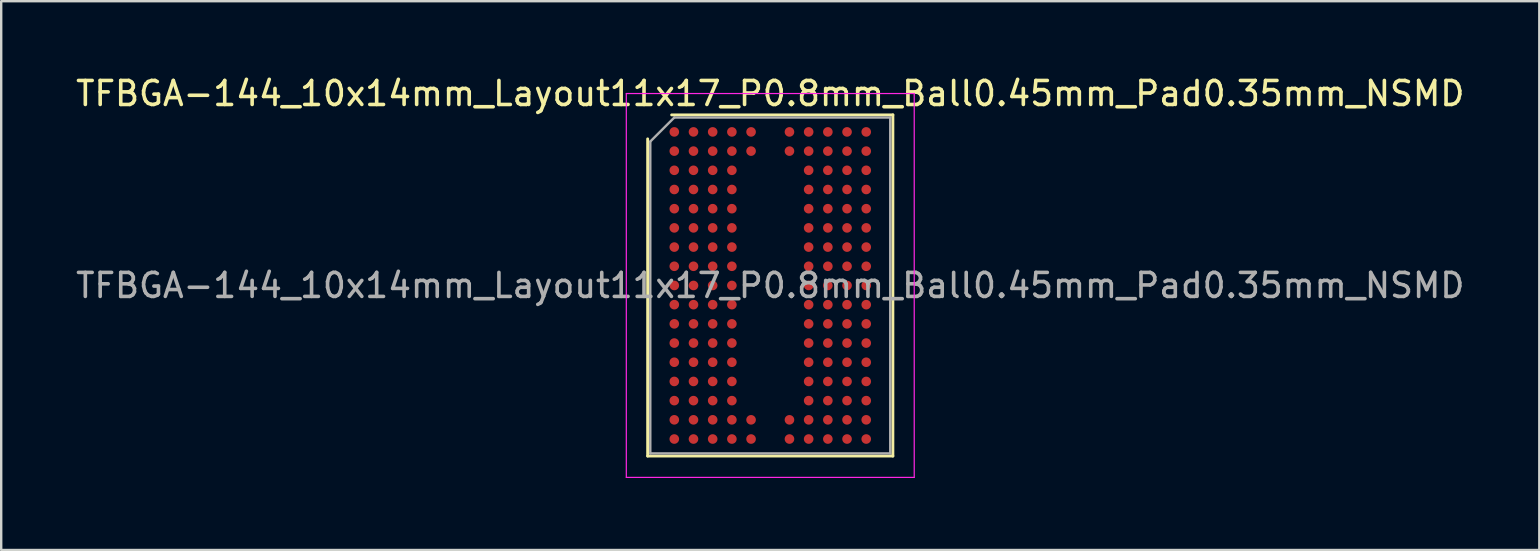
<source format=kicad_pcb>
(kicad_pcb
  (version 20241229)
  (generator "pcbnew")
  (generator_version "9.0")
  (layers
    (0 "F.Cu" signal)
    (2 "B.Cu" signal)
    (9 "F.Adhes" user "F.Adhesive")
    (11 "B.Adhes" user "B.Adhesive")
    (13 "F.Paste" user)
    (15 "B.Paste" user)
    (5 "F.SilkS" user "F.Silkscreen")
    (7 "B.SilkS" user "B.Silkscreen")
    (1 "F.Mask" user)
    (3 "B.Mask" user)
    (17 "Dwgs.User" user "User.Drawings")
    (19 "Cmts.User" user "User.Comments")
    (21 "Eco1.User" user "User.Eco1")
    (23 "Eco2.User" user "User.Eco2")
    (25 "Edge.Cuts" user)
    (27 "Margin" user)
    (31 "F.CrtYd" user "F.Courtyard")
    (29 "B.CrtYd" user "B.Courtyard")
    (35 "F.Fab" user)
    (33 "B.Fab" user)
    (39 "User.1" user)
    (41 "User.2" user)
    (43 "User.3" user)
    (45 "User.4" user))
  (footprint "TFBGA-144_10x14mm_Layout11x17_P0.8mm_Ball0.45mm_Pad0.35mm_NSMD"
    (layer "F.Cu")
    (at 29.054 8.848)
    (property "Reference" "TFBGA-144_10x14mm_Layout11x17_P0.8mm_Ball0.45mm_Pad0.35mm_NSMD" (at 0 -8 0) (layer "F.SilkS") (effects (font (size 1 1) (thickness 0.15))))
    (attr smd)
    (fp_line (start -5.11 7.11) (end -5.11 -6.11) (stroke (width 0.12) (type solid)) (layer "F.SilkS"))
    (fp_line (start -4.11 -7.11) (end 5.11 -7.11) (stroke (width 0.12) (type solid)) (layer "F.SilkS"))
    (fp_line (start 5.11 -7.11) (end 5.11 7.11) (stroke (width 0.12) (type solid)) (layer "F.SilkS"))
    (fp_line (start 5.11 7.11) (end -5.11 7.11) (stroke (width 0.12) (type solid)) (layer "F.SilkS"))
    (fp_line (start -6 -8) (end -6 8) (stroke (width 0.05) (type solid)) (layer "F.CrtYd"))
    (fp_line (start -6 8) (end 6 8) (stroke (width 0.05) (type solid)) (layer "F.CrtYd"))
    (fp_line (start 6 -8) (end -6 -8) (stroke (width 0.05) (type solid)) (layer "F.CrtYd"))
    (fp_line (start 6 8) (end 6 -8) (stroke (width 0.05) (type solid)) (layer "F.CrtYd"))
    (fp_line (start -5 -6) (end -4 -7) (stroke (width 0.1) (type solid)) (layer "F.Fab"))
    (fp_line (start -5 7) (end -5 -6) (stroke (width 0.1) (type solid)) (layer "F.Fab"))
    (fp_line (start -4 -7) (end 5 -7) (stroke (width 0.1) (type solid)) (layer "F.Fab"))
    (fp_line (start 5 -7) (end 5 7) (stroke (width 0.1) (type solid)) (layer "F.Fab"))
    (fp_line (start 5 7) (end -5 7) (stroke (width 0.1) (type solid)) (layer "F.Fab"))
    (fp_text user "${REFERENCE}" (at 0 0 0) (layer "F.Fab") (effects (font (size 1 1) (thickness 0.15))))
    (pad "A1" smd circle (at -4 -6.4) (size 0.4 0.4) (layers "F.Cu" "F.Mask" "F.Paste"))
    (pad "A2" smd circle (at -3.2 -6.4) (size 0.4 0.4) (layers "F.Cu" "F.Mask" "F.Paste"))
    (pad "A3" smd circle (at -2.4 -6.4) (size 0.4 0.4) (layers "F.Cu" "F.Mask" "F.Paste"))
    (pad "A4" smd circle (at -1.6 -6.4) (size 0.4 0.4) (layers "F.Cu" "F.Mask" "F.Paste"))
    (pad "A5" smd circle (at -0.8 -6.4) (size 0.4 0.4) (layers "F.Cu" "F.Mask" "F.Paste"))
    (pad "A7" smd circle (at 0.8 -6.4) (size 0.4 0.4) (layers "F.Cu" "F.Mask" "F.Paste"))
    (pad "A8" smd circle (at 1.6 -6.4) (size 0.4 0.4) (layers "F.Cu" "F.Mask" "F.Paste"))
    (pad "A9" smd circle (at 2.4 -6.4) (size 0.4 0.4) (layers "F.Cu" "F.Mask" "F.Paste"))
    (pad "A10" smd circle (at 3.2 -6.4) (size 0.4 0.4) (layers "F.Cu" "F.Mask" "F.Paste"))
    (pad "A11" smd circle (at 4 -6.4) (size 0.4 0.4) (layers "F.Cu" "F.Mask" "F.Paste"))
    (pad "B1" smd circle (at -4 -5.6) (size 0.4 0.4) (layers "F.Cu" "F.Mask" "F.Paste"))
    (pad "B2" smd circle (at -3.2 -5.6) (size 0.4 0.4) (layers "F.Cu" "F.Mask" "F.Paste"))
    (pad "B3" smd circle (at -2.4 -5.6) (size 0.4 0.4) (layers "F.Cu" "F.Mask" "F.Paste"))
    (pad "B4" smd circle (at -1.6 -5.6) (size 0.4 0.4) (layers "F.Cu" "F.Mask" "F.Paste"))
    (pad "B5" smd circle (at -0.8 -5.6) (size 0.4 0.4) (layers "F.Cu" "F.Mask" "F.Paste"))
    (pad "B7" smd circle (at 0.8 -5.6) (size 0.4 0.4) (layers "F.Cu" "F.Mask" "F.Paste"))
    (pad "B8" smd circle (at 1.6 -5.6) (size 0.4 0.4) (layers "F.Cu" "F.Mask" "F.Paste"))
    (pad "B9" smd circle (at 2.4 -5.6) (size 0.4 0.4) (layers "F.Cu" "F.Mask" "F.Paste"))
    (pad "B10" smd circle (at 3.2 -5.6) (size 0.4 0.4) (layers "F.Cu" "F.Mask" "F.Paste"))
    (pad "B11" smd circle (at 4 -5.6) (size 0.4 0.4) (layers "F.Cu" "F.Mask" "F.Paste"))
    (pad "C1" smd circle (at -4 -4.8) (size 0.4 0.4) (layers "F.Cu" "F.Mask" "F.Paste"))
    (pad "C2" smd circle (at -3.2 -4.8) (size 0.4 0.4) (layers "F.Cu" "F.Mask" "F.Paste"))
    (pad "C3" smd circle (at -2.4 -4.8) (size 0.4 0.4) (layers "F.Cu" "F.Mask" "F.Paste"))
    (pad "C4" smd circle (at -1.6 -4.8) (size 0.4 0.4) (layers "F.Cu" "F.Mask" "F.Paste"))
    (pad "C8" smd circle (at 1.6 -4.8) (size 0.4 0.4) (layers "F.Cu" "F.Mask" "F.Paste"))
    (pad "C9" smd circle (at 2.4 -4.8) (size 0.4 0.4) (layers "F.Cu" "F.Mask" "F.Paste"))
    (pad "C10" smd circle (at 3.2 -4.8) (size 0.4 0.4) (layers "F.Cu" "F.Mask" "F.Paste"))
    (pad "C11" smd circle (at 4 -4.8) (size 0.4 0.4) (layers "F.Cu" "F.Mask" "F.Paste"))
    (pad "D1" smd circle (at -4 -4) (size 0.4 0.4) (layers "F.Cu" "F.Mask" "F.Paste"))
    (pad "D2" smd circle (at -3.2 -4) (size 0.4 0.4) (layers "F.Cu" "F.Mask" "F.Paste"))
    (pad "D3" smd circle (at -2.4 -4) (size 0.4 0.4) (layers "F.Cu" "F.Mask" "F.Paste"))
    (pad "D4" smd circle (at -1.6 -4) (size 0.4 0.4) (layers "F.Cu" "F.Mask" "F.Paste"))
    (pad "D8" smd circle (at 1.6 -4) (size 0.4 0.4) (layers "F.Cu" "F.Mask" "F.Paste"))
    (pad "D9" smd circle (at 2.4 -4) (size 0.4 0.4) (layers "F.Cu" "F.Mask" "F.Paste"))
    (pad "D10" smd circle (at 3.2 -4) (size 0.4 0.4) (layers "F.Cu" "F.Mask" "F.Paste"))
    (pad "D11" smd circle (at 4 -4) (size 0.4 0.4) (layers "F.Cu" "F.Mask" "F.Paste"))
    (pad "E1" smd circle (at -4 -3.2) (size 0.4 0.4) (layers "F.Cu" "F.Mask" "F.Paste"))
    (pad "E2" smd circle (at -3.2 -3.2) (size 0.4 0.4) (layers "F.Cu" "F.Mask" "F.Paste"))
    (pad "E3" smd circle (at -2.4 -3.2) (size 0.4 0.4) (layers "F.Cu" "F.Mask" "F.Paste"))
    (pad "E4" smd circle (at -1.6 -3.2) (size 0.4 0.4) (layers "F.Cu" "F.Mask" "F.Paste"))
    (pad "E8" smd circle (at 1.6 -3.2) (size 0.4 0.4) (layers "F.Cu" "F.Mask" "F.Paste"))
    (pad "E9" smd circle (at 2.4 -3.2) (size 0.4 0.4) (layers "F.Cu" "F.Mask" "F.Paste"))
    (pad "E10" smd circle (at 3.2 -3.2) (size 0.4 0.4) (layers "F.Cu" "F.Mask" "F.Paste"))
    (pad "E11" smd circle (at 4 -3.2) (size 0.4 0.4) (layers "F.Cu" "F.Mask" "F.Paste"))
    (pad "F1" smd circle (at -4 -2.4) (size 0.4 0.4) (layers "F.Cu" "F.Mask" "F.Paste"))
    (pad "F2" smd circle (at -3.2 -2.4) (size 0.4 0.4) (layers "F.Cu" "F.Mask" "F.Paste"))
    (pad "F3" smd circle (at -2.4 -2.4) (size 0.4 0.4) (layers "F.Cu" "F.Mask" "F.Paste"))
    (pad "F4" smd circle (at -1.6 -2.4) (size 0.4 0.4) (layers "F.Cu" "F.Mask" "F.Paste"))
    (pad "F8" smd circle (at 1.6 -2.4) (size 0.4 0.4) (layers "F.Cu" "F.Mask" "F.Paste"))
    (pad "F9" smd circle (at 2.4 -2.4) (size 0.4 0.4) (layers "F.Cu" "F.Mask" "F.Paste"))
    (pad "F10" smd circle (at 3.2 -2.4) (size 0.4 0.4) (layers "F.Cu" "F.Mask" "F.Paste"))
    (pad "F11" smd circle (at 4 -2.4) (size 0.4 0.4) (layers "F.Cu" "F.Mask" "F.Paste"))
    (pad "G1" smd circle (at -4 -1.6) (size 0.4 0.4) (layers "F.Cu" "F.Mask" "F.Paste"))
    (pad "G2" smd circle (at -3.2 -1.6) (size 0.4 0.4) (layers "F.Cu" "F.Mask" "F.Paste"))
    (pad "G3" smd circle (at -2.4 -1.6) (size 0.4 0.4) (layers "F.Cu" "F.Mask" "F.Paste"))
    (pad "G4" smd circle (at -1.6 -1.6) (size 0.4 0.4) (layers "F.Cu" "F.Mask" "F.Paste"))
    (pad "G8" smd circle (at 1.6 -1.6) (size 0.4 0.4) (layers "F.Cu" "F.Mask" "F.Paste"))
    (pad "G9" smd circle (at 2.4 -1.6) (size 0.4 0.4) (layers "F.Cu" "F.Mask" "F.Paste"))
    (pad "G10" smd circle (at 3.2 -1.6) (size 0.4 0.4) (layers "F.Cu" "F.Mask" "F.Paste"))
    (pad "G11" smd circle (at 4 -1.6) (size 0.4 0.4) (layers "F.Cu" "F.Mask" "F.Paste"))
    (pad "H1" smd circle (at -4 -0.8) (size 0.4 0.4) (layers "F.Cu" "F.Mask" "F.Paste"))
    (pad "H2" smd circle (at -3.2 -0.8) (size 0.4 0.4) (layers "F.Cu" "F.Mask" "F.Paste"))
    (pad "H3" smd circle (at -2.4 -0.8) (size 0.4 0.4) (layers "F.Cu" "F.Mask" "F.Paste"))
    (pad "H4" smd circle (at -1.6 -0.8) (size 0.4 0.4) (layers "F.Cu" "F.Mask" "F.Paste"))
    (pad "H8" smd circle (at 1.6 -0.8) (size 0.4 0.4) (layers "F.Cu" "F.Mask" "F.Paste"))
    (pad "H9" smd circle (at 2.4 -0.8) (size 0.4 0.4) (layers "F.Cu" "F.Mask" "F.Paste"))
    (pad "H10" smd circle (at 3.2 -0.8) (size 0.4 0.4) (layers "F.Cu" "F.Mask" "F.Paste"))
    (pad "H11" smd circle (at 4 -0.8) (size 0.4 0.4) (layers "F.Cu" "F.Mask" "F.Paste"))
    (pad "J1" smd circle (at -4 0) (size 0.4 0.4) (layers "F.Cu" "F.Mask" "F.Paste"))
    (pad "J2" smd circle (at -3.2 0) (size 0.4 0.4) (layers "F.Cu" "F.Mask" "F.Paste"))
    (pad "J3" smd circle (at -2.4 0) (size 0.4 0.4) (layers "F.Cu" "F.Mask" "F.Paste"))
    (pad "J4" smd circle (at -1.6 0) (size 0.4 0.4) (layers "F.Cu" "F.Mask" "F.Paste"))
    (pad "J8" smd circle (at 1.6 0) (size 0.4 0.4) (layers "F.Cu" "F.Mask" "F.Paste"))
    (pad "J9" smd circle (at 2.4 0) (size 0.4 0.4) (layers "F.Cu" "F.Mask" "F.Paste"))
    (pad "J10" smd circle (at 3.2 0) (size 0.4 0.4) (layers "F.Cu" "F.Mask" "F.Paste"))
    (pad "J11" smd circle (at 4 0) (size 0.4 0.4) (layers "F.Cu" "F.Mask" "F.Paste"))
    (pad "K1" smd circle (at -4 0.8) (size 0.4 0.4) (layers "F.Cu" "F.Mask" "F.Paste"))
    (pad "K2" smd circle (at -3.2 0.8) (size 0.4 0.4) (layers "F.Cu" "F.Mask" "F.Paste"))
    (pad "K3" smd circle (at -2.4 0.8) (size 0.4 0.4) (layers "F.Cu" "F.Mask" "F.Paste"))
    (pad "K4" smd circle (at -1.6 0.8) (size 0.4 0.4) (layers "F.Cu" "F.Mask" "F.Paste"))
    (pad "K8" smd circle (at 1.6 0.8) (size 0.4 0.4) (layers "F.Cu" "F.Mask" "F.Paste"))
    (pad "K9" smd circle (at 2.4 0.8) (size 0.4 0.4) (layers "F.Cu" "F.Mask" "F.Paste"))
    (pad "K10" smd circle (at 3.2 0.8) (size 0.4 0.4) (layers "F.Cu" "F.Mask" "F.Paste"))
    (pad "K11" smd circle (at 4 0.8) (size 0.4 0.4) (layers "F.Cu" "F.Mask" "F.Paste"))
    (pad "L1" smd circle (at -4 1.6) (size 0.4 0.4) (layers "F.Cu" "F.Mask" "F.Paste"))
    (pad "L2" smd circle (at -3.2 1.6) (size 0.4 0.4) (layers "F.Cu" "F.Mask" "F.Paste"))
    (pad "L3" smd circle (at -2.4 1.6) (size 0.4 0.4) (layers "F.Cu" "F.Mask" "F.Paste"))
    (pad "L4" smd circle (at -1.6 1.6) (size 0.4 0.4) (layers "F.Cu" "F.Mask" "F.Paste"))
    (pad "L8" smd circle (at 1.6 1.6) (size 0.4 0.4) (layers "F.Cu" "F.Mask" "F.Paste"))
    (pad "L9" smd circle (at 2.4 1.6) (size 0.4 0.4) (layers "F.Cu" "F.Mask" "F.Paste"))
    (pad "L10" smd circle (at 3.2 1.6) (size 0.4 0.4) (layers "F.Cu" "F.Mask" "F.Paste"))
    (pad "L11" smd circle (at 4 1.6) (size 0.4 0.4) (layers "F.Cu" "F.Mask" "F.Paste"))
    (pad "M1" smd circle (at -4 2.4) (size 0.4 0.4) (layers "F.Cu" "F.Mask" "F.Paste"))
    (pad "M2" smd circle (at -3.2 2.4) (size 0.4 0.4) (layers "F.Cu" "F.Mask" "F.Paste"))
    (pad "M3" smd circle (at -2.4 2.4) (size 0.4 0.4) (layers "F.Cu" "F.Mask" "F.Paste"))
    (pad "M4" smd circle (at -1.6 2.4) (size 0.4 0.4) (layers "F.Cu" "F.Mask" "F.Paste"))
    (pad "M8" smd circle (at 1.6 2.4) (size 0.4 0.4) (layers "F.Cu" "F.Mask" "F.Paste"))
    (pad "M9" smd circle (at 2.4 2.4) (size 0.4 0.4) (layers "F.Cu" "F.Mask" "F.Paste"))
    (pad "M10" smd circle (at 3.2 2.4) (size 0.4 0.4) (layers "F.Cu" "F.Mask" "F.Paste"))
    (pad "M11" smd circle (at 4 2.4) (size 0.4 0.4) (layers "F.Cu" "F.Mask" "F.Paste"))
    (pad "N1" smd circle (at -4 3.2) (size 0.4 0.4) (layers "F.Cu" "F.Mask" "F.Paste"))
    (pad "N2" smd circle (at -3.2 3.2) (size 0.4 0.4) (layers "F.Cu" "F.Mask" "F.Paste"))
    (pad "N3" smd circle (at -2.4 3.2) (size 0.4 0.4) (layers "F.Cu" "F.Mask" "F.Paste"))
    (pad "N4" smd circle (at -1.6 3.2) (size 0.4 0.4) (layers "F.Cu" "F.Mask" "F.Paste"))
    (pad "N8" smd circle (at 1.6 3.2) (size 0.4 0.4) (layers "F.Cu" "F.Mask" "F.Paste"))
    (pad "N9" smd circle (at 2.4 3.2) (size 0.4 0.4) (layers "F.Cu" "F.Mask" "F.Paste"))
    (pad "N10" smd circle (at 3.2 3.2) (size 0.4 0.4) (layers "F.Cu" "F.Mask" "F.Paste"))
    (pad "N11" smd circle (at 4 3.2) (size 0.4 0.4) (layers "F.Cu" "F.Mask" "F.Paste"))
    (pad "P1" smd circle (at -4 4) (size 0.4 0.4) (layers "F.Cu" "F.Mask" "F.Paste"))
    (pad "P2" smd circle (at -3.2 4) (size 0.4 0.4) (layers "F.Cu" "F.Mask" "F.Paste"))
    (pad "P3" smd circle (at -2.4 4) (size 0.4 0.4) (layers "F.Cu" "F.Mask" "F.Paste"))
    (pad "P4" smd circle (at -1.6 4) (size 0.4 0.4) (layers "F.Cu" "F.Mask" "F.Paste"))
    (pad "P8" smd circle (at 1.6 4) (size 0.4 0.4) (layers "F.Cu" "F.Mask" "F.Paste"))
    (pad "P9" smd circle (at 2.4 4) (size 0.4 0.4) (layers "F.Cu" "F.Mask" "F.Paste"))
    (pad "P10" smd circle (at 3.2 4) (size 0.4 0.4) (layers "F.Cu" "F.Mask" "F.Paste"))
    (pad "P11" smd circle (at 4 4) (size 0.4 0.4) (layers "F.Cu" "F.Mask" "F.Paste"))
    (pad "R1" smd circle (at -4 4.8) (size 0.4 0.4) (layers "F.Cu" "F.Mask" "F.Paste"))
    (pad "R2" smd circle (at -3.2 4.8) (size 0.4 0.4) (layers "F.Cu" "F.Mask" "F.Paste"))
    (pad "R3" smd circle (at -2.4 4.8) (size 0.4 0.4) (layers "F.Cu" "F.Mask" "F.Paste"))
    (pad "R4" smd circle (at -1.6 4.8) (size 0.4 0.4) (layers "F.Cu" "F.Mask" "F.Paste"))
    (pad "R8" smd circle (at 1.6 4.8) (size 0.4 0.4) (layers "F.Cu" "F.Mask" "F.Paste"))
    (pad "R9" smd circle (at 2.4 4.8) (size 0.4 0.4) (layers "F.Cu" "F.Mask" "F.Paste"))
    (pad "R10" smd circle (at 3.2 4.8) (size 0.4 0.4) (layers "F.Cu" "F.Mask" "F.Paste"))
    (pad "R11" smd circle (at 4 4.8) (size 0.4 0.4) (layers "F.Cu" "F.Mask" "F.Paste"))
    (pad "T1" smd circle (at -4 5.6) (size 0.4 0.4) (layers "F.Cu" "F.Mask" "F.Paste"))
    (pad "T2" smd circle (at -3.2 5.6) (size 0.4 0.4) (layers "F.Cu" "F.Mask" "F.Paste"))
    (pad "T3" smd circle (at -2.4 5.6) (size 0.4 0.4) (layers "F.Cu" "F.Mask" "F.Paste"))
    (pad "T4" smd circle (at -1.6 5.6) (size 0.4 0.4) (layers "F.Cu" "F.Mask" "F.Paste"))
    (pad "T5" smd circle (at -0.8 5.6) (size 0.4 0.4) (layers "F.Cu" "F.Mask" "F.Paste"))
    (pad "T7" smd circle (at 0.8 5.6) (size 0.4 0.4) (layers "F.Cu" "F.Mask" "F.Paste"))
    (pad "T8" smd circle (at 1.6 5.6) (size 0.4 0.4) (layers "F.Cu" "F.Mask" "F.Paste"))
    (pad "T9" smd circle (at 2.4 5.6) (size 0.4 0.4) (layers "F.Cu" "F.Mask" "F.Paste"))
    (pad "T10" smd circle (at 3.2 5.6) (size 0.4 0.4) (layers "F.Cu" "F.Mask" "F.Paste"))
    (pad "T11" smd circle (at 4 5.6) (size 0.4 0.4) (layers "F.Cu" "F.Mask" "F.Paste"))
    (pad "U1" smd circle (at -4 6.4) (size 0.4 0.4) (layers "F.Cu" "F.Mask" "F.Paste"))
    (pad "U2" smd circle (at -3.2 6.4) (size 0.4 0.4) (layers "F.Cu" "F.Mask" "F.Paste"))
    (pad "U3" smd circle (at -2.4 6.4) (size 0.4 0.4) (layers "F.Cu" "F.Mask" "F.Paste"))
    (pad "U4" smd circle (at -1.6 6.4) (size 0.4 0.4) (layers "F.Cu" "F.Mask" "F.Paste"))
    (pad "U5" smd circle (at -0.8 6.4) (size 0.4 0.4) (layers "F.Cu" "F.Mask" "F.Paste"))
    (pad "U7" smd circle (at 0.8 6.4) (size 0.4 0.4) (layers "F.Cu" "F.Mask" "F.Paste"))
    (pad "U8" smd circle (at 1.6 6.4) (size 0.4 0.4) (layers "F.Cu" "F.Mask" "F.Paste"))
    (pad "U9" smd circle (at 2.4 6.4) (size 0.4 0.4) (layers "F.Cu" "F.Mask" "F.Paste"))
    (pad "U10" smd circle (at 3.2 6.4) (size 0.4 0.4) (layers "F.Cu" "F.Mask" "F.Paste"))
    (pad "U11" smd circle (at 4 6.4) (size 0.4 0.4) (layers "F.Cu" "F.Mask" "F.Paste")))
  (gr_rect
    (start -3 -3)
    (end 61.107 19.873)
    (stroke (width 0.1) (type default))
    (fill no)
    (layer "Edge.Cuts")))
</source>
